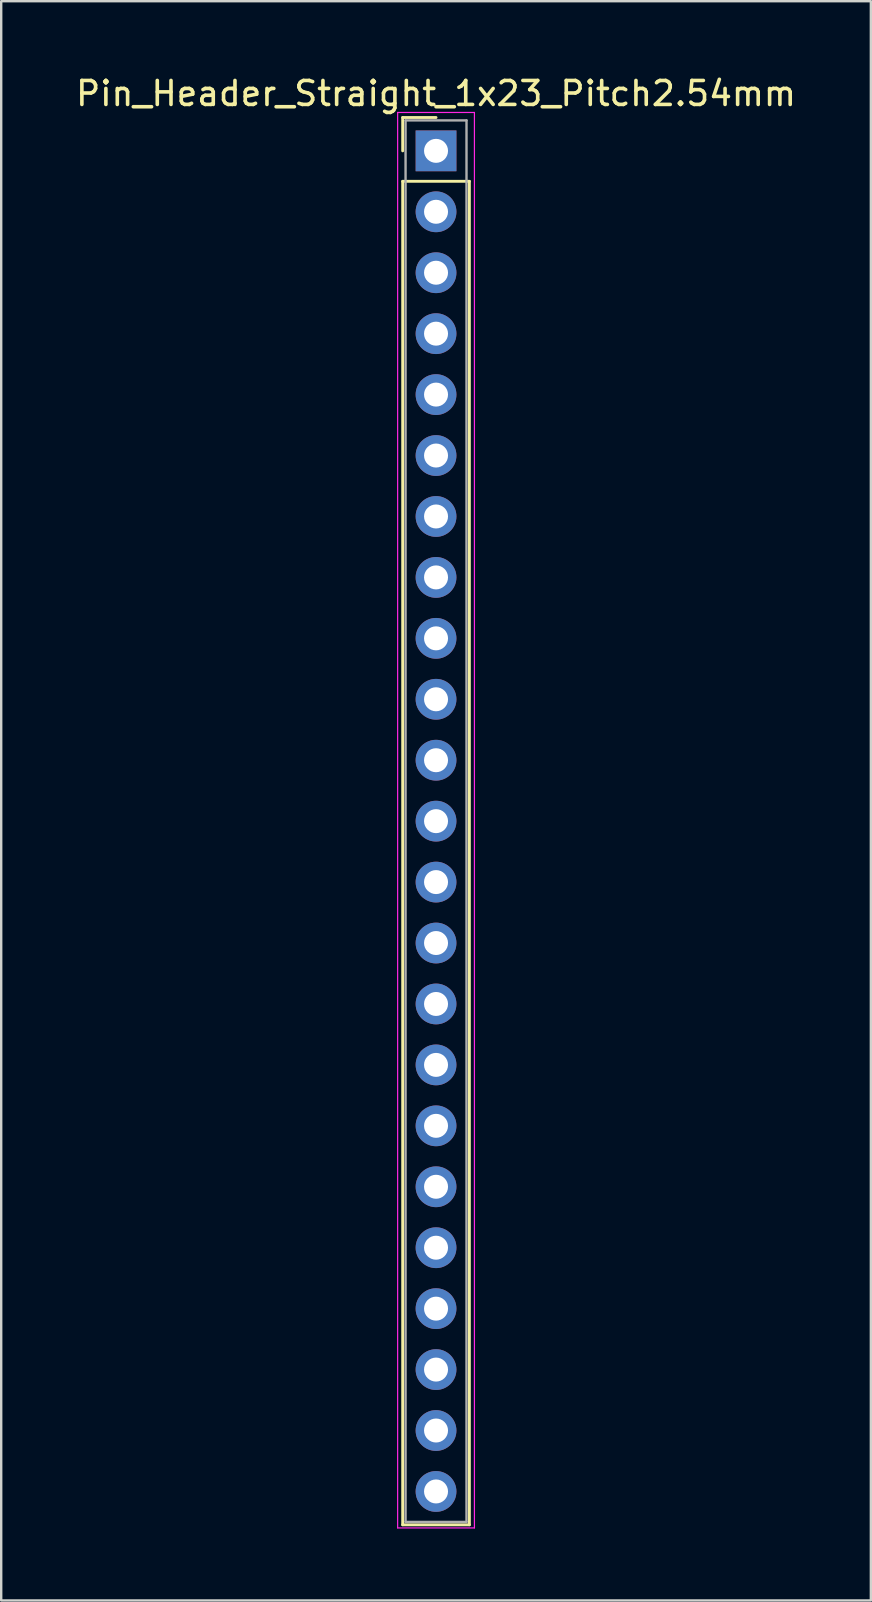
<source format=kicad_pcb>
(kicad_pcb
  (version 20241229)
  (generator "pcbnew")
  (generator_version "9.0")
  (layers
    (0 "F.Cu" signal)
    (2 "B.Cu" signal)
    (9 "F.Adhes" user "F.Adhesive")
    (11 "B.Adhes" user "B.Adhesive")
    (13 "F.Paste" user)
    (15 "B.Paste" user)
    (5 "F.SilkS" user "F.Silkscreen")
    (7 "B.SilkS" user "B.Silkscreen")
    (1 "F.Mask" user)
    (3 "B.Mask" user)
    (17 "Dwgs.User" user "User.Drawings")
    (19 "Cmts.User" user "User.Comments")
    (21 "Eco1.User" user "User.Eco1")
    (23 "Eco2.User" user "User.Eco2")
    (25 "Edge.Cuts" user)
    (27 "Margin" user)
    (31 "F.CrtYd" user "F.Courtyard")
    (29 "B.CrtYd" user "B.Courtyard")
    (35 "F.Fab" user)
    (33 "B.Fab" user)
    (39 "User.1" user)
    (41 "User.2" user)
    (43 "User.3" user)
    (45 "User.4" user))
  (footprint "Pin_Header_Straight_1x23_Pitch2.54mm"
    (layer "F.Cu")
    (at 15.125 3.238)
    (property "Reference" "Pin_Header_Straight_1x23_Pitch2.54mm" (at 0 -2.39 0) (layer "F.SilkS") (effects (font (size 1 1) (thickness 0.15))))
    (attr through_hole)
    (fp_line (start -1.39 -1.39) (end 0 -1.39) (stroke (width 0.12) (type solid)) (layer "F.SilkS"))
    (fp_line (start -1.39 0) (end -1.39 -1.39) (stroke (width 0.12) (type solid)) (layer "F.SilkS"))
    (fp_line (start -1.39 1.27) (end -1.39 57.27) (stroke (width 0.12) (type solid)) (layer "F.SilkS"))
    (fp_line (start -1.39 57.27) (end 1.39 57.27) (stroke (width 0.12) (type solid)) (layer "F.SilkS"))
    (fp_line (start 1.39 1.27) (end -1.39 1.27) (stroke (width 0.12) (type solid)) (layer "F.SilkS"))
    (fp_line (start 1.39 57.27) (end 1.39 1.27) (stroke (width 0.12) (type solid)) (layer "F.SilkS"))
    (fp_line (start -1.6 -1.6) (end -1.6 57.4) (stroke (width 0.05) (type solid)) (layer "F.CrtYd"))
    (fp_line (start -1.6 57.4) (end 1.6 57.4) (stroke (width 0.05) (type solid)) (layer "F.CrtYd"))
    (fp_line (start 1.6 -1.6) (end -1.6 -1.6) (stroke (width 0.05) (type solid)) (layer "F.CrtYd"))
    (fp_line (start 1.6 57.4) (end 1.6 -1.6) (stroke (width 0.05) (type solid)) (layer "F.CrtYd"))
    (fp_line (start -1.27 -1.27) (end -1.27 57.15) (stroke (width 0.1) (type solid)) (layer "F.Fab"))
    (fp_line (start -1.27 57.15) (end 1.27 57.15) (stroke (width 0.1) (type solid)) (layer "F.Fab"))
    (fp_line (start 1.27 -1.27) (end -1.27 -1.27) (stroke (width 0.1) (type solid)) (layer "F.Fab"))
    (fp_line (start 1.27 57.15) (end 1.27 -1.27) (stroke (width 0.1) (type solid)) (layer "F.Fab"))
    (pad "1" thru_hole rect (at 0 0) (size 1.7 1.7) (drill 1) (layers "*.Cu" "*.Mask"))
    (pad "2" thru_hole oval (at 0 2.54) (size 1.7 1.7) (drill 1) (layers "*.Cu" "*.Mask"))
    (pad "3" thru_hole oval (at 0 5.08) (size 1.7 1.7) (drill 1) (layers "*.Cu" "*.Mask"))
    (pad "4" thru_hole oval (at 0 7.62) (size 1.7 1.7) (drill 1) (layers "*.Cu" "*.Mask"))
    (pad "5" thru_hole oval (at 0 10.16) (size 1.7 1.7) (drill 1) (layers "*.Cu" "*.Mask"))
    (pad "6" thru_hole oval (at 0 12.7) (size 1.7 1.7) (drill 1) (layers "*.Cu" "*.Mask"))
    (pad "7" thru_hole oval (at 0 15.24) (size 1.7 1.7) (drill 1) (layers "*.Cu" "*.Mask"))
    (pad "8" thru_hole oval (at 0 17.78) (size 1.7 1.7) (drill 1) (layers "*.Cu" "*.Mask"))
    (pad "9" thru_hole oval (at 0 20.32) (size 1.7 1.7) (drill 1) (layers "*.Cu" "*.Mask"))
    (pad "10" thru_hole oval (at 0 22.86) (size 1.7 1.7) (drill 1) (layers "*.Cu" "*.Mask"))
    (pad "11" thru_hole oval (at 0 25.4) (size 1.7 1.7) (drill 1) (layers "*.Cu" "*.Mask"))
    (pad "12" thru_hole oval (at 0 27.94) (size 1.7 1.7) (drill 1) (layers "*.Cu" "*.Mask"))
    (pad "13" thru_hole oval (at 0 30.48) (size 1.7 1.7) (drill 1) (layers "*.Cu" "*.Mask"))
    (pad "14" thru_hole oval (at 0 33.02) (size 1.7 1.7) (drill 1) (layers "*.Cu" "*.Mask"))
    (pad "15" thru_hole oval (at 0 35.56) (size 1.7 1.7) (drill 1) (layers "*.Cu" "*.Mask"))
    (pad "16" thru_hole oval (at 0 38.1) (size 1.7 1.7) (drill 1) (layers "*.Cu" "*.Mask"))
    (pad "17" thru_hole oval (at 0 40.64) (size 1.7 1.7) (drill 1) (layers "*.Cu" "*.Mask"))
    (pad "18" thru_hole oval (at 0 43.18) (size 1.7 1.7) (drill 1) (layers "*.Cu" "*.Mask"))
    (pad "19" thru_hole oval (at 0 45.72) (size 1.7 1.7) (drill 1) (layers "*.Cu" "*.Mask"))
    (pad "20" thru_hole oval (at 0 48.26) (size 1.7 1.7) (drill 1) (layers "*.Cu" "*.Mask"))
    (pad "21" thru_hole oval (at 0 50.8) (size 1.7 1.7) (drill 1) (layers "*.Cu" "*.Mask"))
    (pad "22" thru_hole oval (at 0 53.34) (size 1.7 1.7) (drill 1) (layers "*.Cu" "*.Mask"))
    (pad "23" thru_hole oval (at 0 55.88) (size 1.7 1.7) (drill 1) (layers "*.Cu" "*.Mask")))
  (gr_rect
    (start -3 -3)
    (end 33.25 63.663)
    (stroke (width 0.1) (type default))
    (fill no)
    (layer "Edge.Cuts")))
</source>
